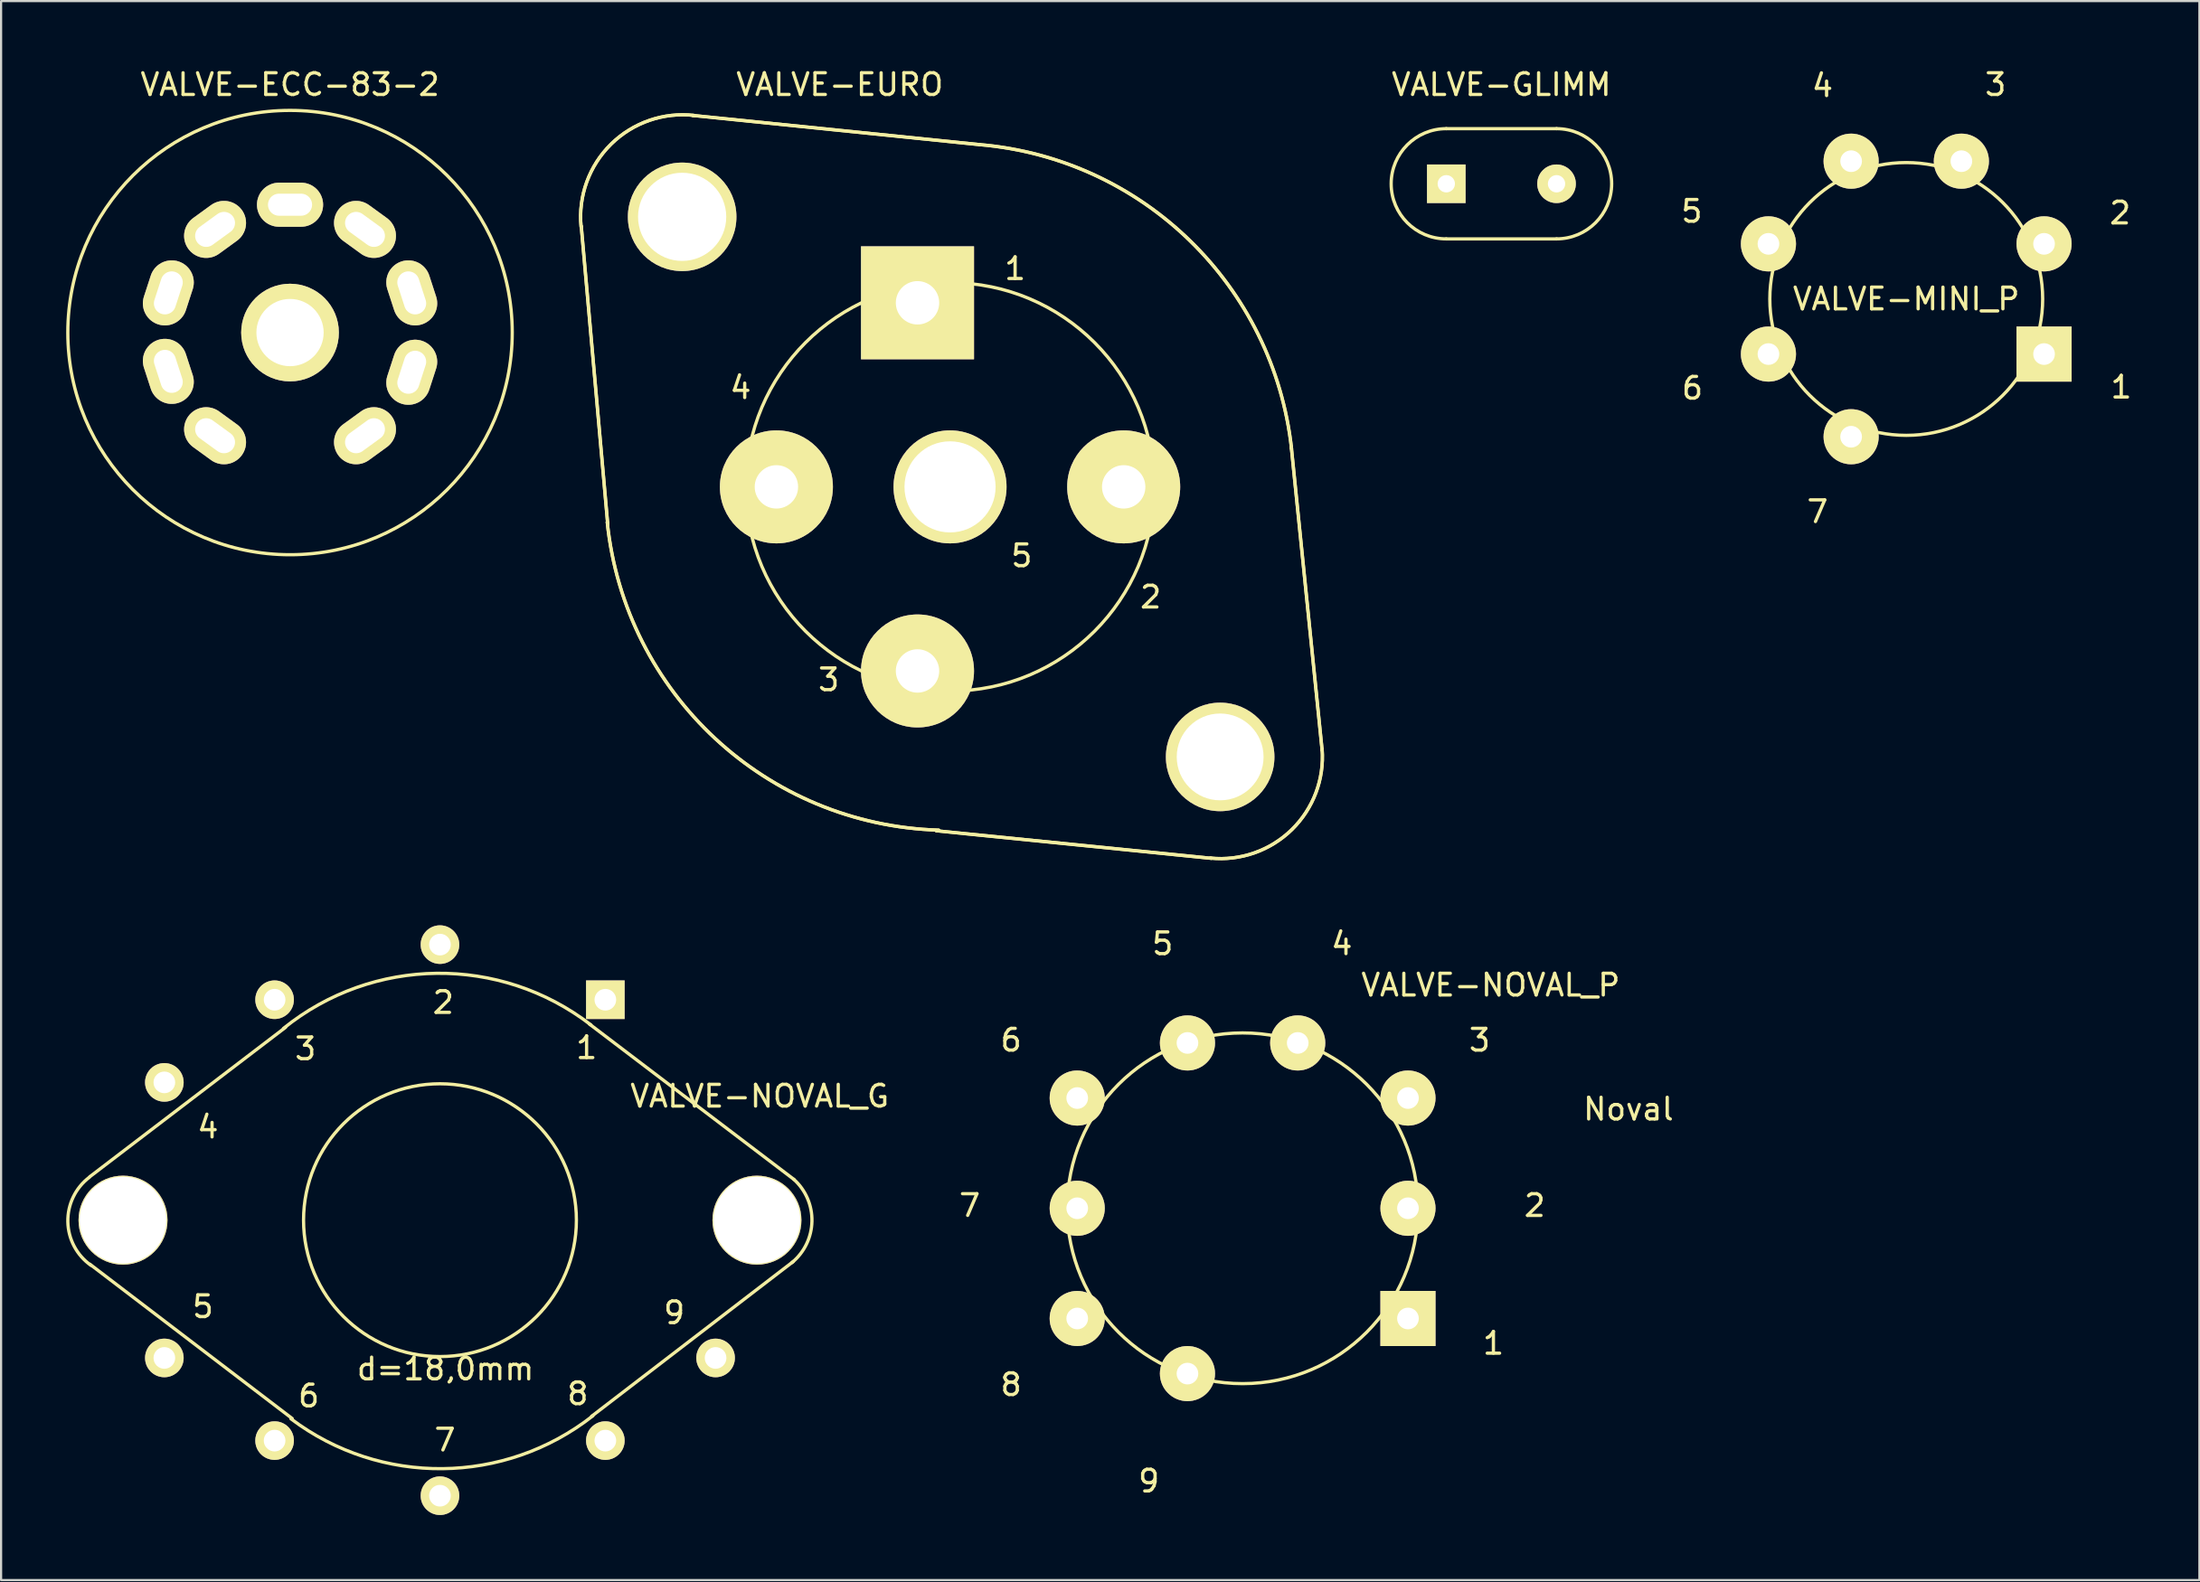
<source format=kicad_pcb>
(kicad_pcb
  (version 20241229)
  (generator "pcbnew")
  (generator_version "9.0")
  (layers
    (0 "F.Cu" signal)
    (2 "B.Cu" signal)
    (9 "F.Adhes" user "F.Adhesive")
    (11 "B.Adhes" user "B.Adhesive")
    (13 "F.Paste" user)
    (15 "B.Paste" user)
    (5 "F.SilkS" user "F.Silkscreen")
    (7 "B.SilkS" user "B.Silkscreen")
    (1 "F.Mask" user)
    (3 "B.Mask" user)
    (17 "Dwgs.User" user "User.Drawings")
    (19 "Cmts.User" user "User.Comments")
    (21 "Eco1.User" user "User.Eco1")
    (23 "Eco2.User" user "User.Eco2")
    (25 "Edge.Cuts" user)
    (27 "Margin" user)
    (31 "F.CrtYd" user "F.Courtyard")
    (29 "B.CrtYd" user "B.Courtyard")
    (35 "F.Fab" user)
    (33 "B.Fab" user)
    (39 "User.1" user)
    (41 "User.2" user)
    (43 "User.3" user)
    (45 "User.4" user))
  (footprint "VALVE-ECC-83-2"
    (layer "F.Cu")
    (at 10.314 12.278)
    (property "Reference" "VALVE-ECC-83-2" (at 0 -11.43 0) (layer "F.SilkS") (effects (font (size 1 1) (thickness 0.15))))
    (attr through_hole)
    (fp_circle (center 0 0) (end 10.16 1.27) (stroke (width 0.15) (type solid)) (fill no) (layer "F.SilkS"))
    (pad "1" thru_hole oval (at 3.454 4.755 306) (size 2.032 3.048) (drill oval 1.016 2.032) (layers "*.Cu" "*.Mask" "F.SilkS"))
    (pad "2" thru_hole circle (at 0 0) (size 4.501 4.501) (drill 3.099) (layers "*.Cu" "*.Mask" "F.SilkS"))
    (pad "2" thru_hole oval (at 5.608 1.829 342) (size 2.032 3.048) (drill oval 1.016 2.032) (layers "*.Cu" "*.Mask" "F.SilkS"))
    (pad "3" thru_hole oval (at 5.608 -1.829 18) (size 2.032 3.048) (drill oval 1.016 2.032) (layers "*.Cu" "*.Mask" "F.SilkS"))
    (pad "4" thru_hole oval (at 3.454 -4.755 54) (size 2.032 3.048) (drill oval 1.016 2.032) (layers "*.Cu" "*.Mask" "F.SilkS"))
    (pad "5" thru_hole oval (at 0 -5.893 90) (size 2.032 3.048) (drill oval 1.016 2.032) (layers "*.Cu" "*.Mask" "F.SilkS"))
    (pad "6" thru_hole oval (at -3.454 -4.755 306) (size 2.032 3.048) (drill oval 1.016 2.032) (layers "*.Cu" "*.Mask" "F.SilkS"))
    (pad "7" thru_hole oval (at -5.608 -1.829 342) (size 2.032 3.048) (drill oval 1.016 2.032) (layers "*.Cu" "*.Mask" "F.SilkS"))
    (pad "8" thru_hole oval (at -5.608 1.788 18) (size 2.032 3.048) (drill oval 1.016 2.032) (layers "*.Cu" "*.Mask" "F.SilkS"))
    (pad "9" thru_hole oval (at -3.454 4.755 54) (size 2.032 3.048) (drill oval 1.016 2.032) (layers "*.Cu" "*.Mask" "F.SilkS")))
  (footprint "VALVE-GLIMM"
    (layer "F.Cu")
    (at 64.862 5.42)
    (property "Reference" "VALVE-GLIMM" (at 1.27 -4.572 0) (layer "F.SilkS") (effects (font (size 1 1) (thickness 0.15))))
    (attr exclude_from_pos_files exclude_from_bom)
    (fp_line (start -1.27 -2.54) (end 3.81 -2.54) (stroke (width 0.15) (type solid)) (layer "F.SilkS"))
    (fp_line (start -1.27 2.54) (end 3.81 2.54) (stroke (width 0.15) (type solid)) (layer "F.SilkS"))
    (fp_arc (start -1.27 2.54) (mid -3.81 0) (end -1.27 -2.54) (stroke (width 0.15) (type solid)) (layer "F.SilkS"))
    (fp_arc (start 3.81 -2.54) (mid 6.35 0) (end 3.81 2.54) (stroke (width 0.15) (type solid)) (layer "F.SilkS"))
    (pad "1" thru_hole rect (at -1.27 0) (size 1.778 1.778) (drill 0.798) (layers "*.Cu" "F.Mask" "F.SilkS" "F.Paste"))
    (pad "2" thru_hole circle (at 3.81 0) (size 1.778 1.778) (drill 0.798) (layers "*.Cu" "F.Mask" "F.SilkS" "F.Paste")))
  (footprint "VALVE-NOVAL_P"
    (layer "F.Cu")
    (at 54.206 52.639)
    (property "Reference" "VALVE-NOVAL_P" (at 11.43 -10.287 0) (layer "F.SilkS") (effects (font (size 1 1) (thickness 0.15))))
    (attr exclude_from_pos_files exclude_from_bom)
    (fp_circle (center 0 0) (end -5.715 5.715) (stroke (width 0.15) (type solid)) (fill no) (layer "F.SilkS"))
    (fp_text user "1" (at 11.557 6.223 0) (layer "F.SilkS") (effects (font (size 1 1) (thickness 0.15))))
    (fp_text user "8" (at -10.668 8.128 0) (layer "F.SilkS") (effects (font (size 1 1) (thickness 0.15))))
    (fp_text user "4" (at 4.572 -12.192 0) (layer "F.SilkS") (effects (font (size 1 1) (thickness 0.15))))
    (fp_text user "3" (at 10.922 -7.747 0) (layer "F.SilkS") (effects (font (size 1 1) (thickness 0.15))))
    (fp_text user "2" (at 13.462 -0.127 0) (layer "F.SilkS") (effects (font (size 1 1) (thickness 0.15))))
    (fp_text user "6" (at -10.668 -7.747 0) (layer "F.SilkS") (effects (font (size 1 1) (thickness 0.15))))
    (fp_text user "9" (at -4.318 12.573 0) (layer "F.SilkS") (effects (font (size 1 1) (thickness 0.15))))
    (fp_text user "5" (at -3.683 -12.192 0) (layer "F.SilkS") (effects (font (size 1 1) (thickness 0.15))))
    (fp_text user "Noval" (at 17.78 -4.572 0) (layer "F.SilkS") (effects (font (size 1 1) (thickness 0.15))))
    (fp_text user "7" (at -12.573 -0.127 0) (layer "F.SilkS") (effects (font (size 1 1) (thickness 0.15))))
    (pad "1" thru_hole rect (at 7.62 5.08) (size 2.54 2.54) (drill 0.998) (layers "*.Cu" "F.Mask" "F.SilkS" "F.Paste"))
    (pad "2" thru_hole circle (at 7.62 0) (size 2.54 2.54) (drill 0.998) (layers "*.Cu" "F.Mask" "F.SilkS" "F.Paste"))
    (pad "3" thru_hole circle (at 7.62 -5.08) (size 2.54 2.54) (drill 0.998) (layers "*.Cu" "F.Mask" "F.SilkS" "F.Paste"))
    (pad "4" thru_hole circle (at 2.54 -7.62) (size 2.54 2.54) (drill 0.998) (layers "*.Cu" "F.Mask" "F.SilkS" "F.Paste"))
    (pad "5" thru_hole circle (at -2.54 -7.62) (size 2.54 2.54) (drill 0.998) (layers "*.Cu" "F.Mask" "F.SilkS" "F.Paste"))
    (pad "6" thru_hole circle (at -7.62 -5.08) (size 2.54 2.54) (drill 0.998) (layers "*.Cu" "F.Mask" "F.SilkS" "F.Paste"))
    (pad "7" thru_hole circle (at -7.62 0) (size 2.54 2.54) (drill 0.998) (layers "*.Cu" "F.Mask" "F.SilkS" "F.Paste"))
    (pad "8" thru_hole circle (at -7.62 5.08) (size 2.54 2.54) (drill 0.998) (layers "*.Cu" "F.Mask" "F.SilkS" "F.Paste"))
    (pad "9" thru_hole circle (at -2.54 7.62) (size 2.54 2.54) (drill 0.998) (layers "*.Cu" "F.Mask" "F.SilkS" "F.Paste")))
  (footprint "VALVE-NOVAL_G"
    (layer "F.Cu")
    (at 17.223 53.187)
    (property "Reference" "VALVE-NOVAL_G" (at 14.732 -5.715 0) (layer "F.SilkS") (effects (font (size 1 1) (thickness 0.15))))
    (attr exclude_from_pos_files exclude_from_bom)
    (fp_line (start -16.129 -2.007) (end -7.112 -8.89) (stroke (width 0.15) (type solid)) (layer "F.SilkS"))
    (fp_line (start -16.129 2.032) (end -6.807 9.144) (stroke (width 0.15) (type solid)) (layer "F.SilkS"))
    (fp_line (start 16.281 1.905) (end 6.985 9.042) (stroke (width 0.15) (type solid)) (layer "F.SilkS"))
    (fp_line (start 16.307 -1.88) (end 6.883 -9.042) (stroke (width 0.15) (type solid)) (layer "F.SilkS"))
    (fp_arc (start -16.08074 2.0828) (mid -17.147179 0.072342) (end -16.156452 -1.976486) (stroke (width 0.15) (type solid)) (layer "F.SilkS"))
    (fp_arc (start -7.21106 -8.83666) (mid -0.156275 -11.37739) (end 6.954845 -8.998887) (stroke (width 0.15) (type solid)) (layer "F.SilkS"))
    (fp_arc (start 7.04596 9.017) (mid 0.111758 11.453686) (end -6.868871 9.153377) (stroke (width 0.15) (type solid)) (layer "F.SilkS"))
    (fp_arc (start 16.3068 -1.8796) (mid 17.13994 0.055661) (end 16.222657 1.952487) (stroke (width 0.15) (type solid)) (layer "F.SilkS"))
    (fp_circle (center 0 0) (end -4.445 4.445) (stroke (width 0.15) (type solid)) (fill no) (layer "F.SilkS"))
    (fp_text user "3" (at -6.198 -7.899 0) (layer "F.SilkS") (effects (font (size 1 1) (thickness 0.15))))
    (fp_text user "7" (at 0.229 10.135 0) (layer "F.SilkS") (effects (font (size 1 1) (thickness 0.15))))
    (fp_text user "8" (at 6.35 8.001 0) (layer "F.SilkS") (effects (font (size 1 1) (thickness 0.15))))
    (fp_text user "4" (at -10.693 -4.293 0) (layer "F.SilkS") (effects (font (size 1 1) (thickness 0.15))))
    (fp_text user "2" (at 0.152 -10.033 0) (layer "F.SilkS") (effects (font (size 1 1) (thickness 0.15))))
    (fp_text user "6" (at -6.045 8.103 0) (layer "F.SilkS") (effects (font (size 1 1) (thickness 0.15))))
    (fp_text user "5" (at -10.922 3.988 0) (layer "F.SilkS") (effects (font (size 1 1) (thickness 0.15))))
    (fp_text user "1" (at 6.756 -7.95 0) (layer "F.SilkS") (effects (font (size 1 1) (thickness 0.15))))
    (fp_text user "9" (at 10.795 4.267 0) (layer "F.SilkS") (effects (font (size 1 1) (thickness 0.15))))
    (fp_text user "d=18,0mm" (at 0.254 6.858 0) (layer "F.SilkS") (effects (font (size 1 1) (thickness 0.15))))
    (pad "" thru_hole circle (at 14.605 0) (size 4.1 4.1) (drill 4) (layers "*.Cu" "F.Mask" "F.SilkS" "F.Paste"))
    (pad "1" thru_hole rect (at 7.62 -10.16) (size 1.778 1.778) (drill 0.998) (layers "*.Cu" "F.Mask" "F.SilkS" "F.Paste"))
    (pad "2" thru_hole circle (at -14.605 0) (size 4.1 4.1) (drill 4) (layers "*.Cu" "F.Mask" "F.SilkS" "F.Paste"))
    (pad "2" thru_hole circle (at 0 -12.7) (size 1.778 1.778) (drill 0.998) (layers "*.Cu" "F.Mask" "F.SilkS" "F.Paste"))
    (pad "3" thru_hole circle (at -7.62 -10.16) (size 1.778 1.778) (drill 0.998) (layers "*.Cu" "F.Mask" "F.SilkS" "F.Paste"))
    (pad "4" thru_hole circle (at -12.7 -6.35) (size 1.778 1.778) (drill 0.998) (layers "*.Cu" "F.Mask" "F.SilkS" "F.Paste"))
    (pad "5" thru_hole circle (at -12.7 6.35) (size 1.778 1.778) (drill 0.998) (layers "*.Cu" "F.Mask" "F.SilkS" "F.Paste"))
    (pad "6" thru_hole circle (at -7.62 10.16) (size 1.778 1.778) (drill 0.998) (layers "*.Cu" "F.Mask" "F.SilkS" "F.Paste"))
    (pad "7" thru_hole circle (at 0 12.7) (size 1.778 1.778) (drill 0.998) (layers "*.Cu" "F.Mask" "F.SilkS" "F.Paste"))
    (pad "8" thru_hole circle (at 7.62 10.16) (size 1.778 1.778) (drill 0.998) (layers "*.Cu" "F.Mask" "F.SilkS" "F.Paste"))
    (pad "9" thru_hole circle (at 12.7 6.35) (size 1.778 1.778) (drill 0.998) (layers "*.Cu" "F.Mask" "F.SilkS" "F.Paste")))
  (footprint "VALVE-EURO"
    (layer "F.Cu")
    (at 40.726 19.39)
    (property "Reference" "VALVE-EURO" (at -5.08 -18.542 0) (layer "F.SilkS") (effects (font (size 1 1) (thickness 0.15))))
    (attr exclude_from_pos_files exclude_from_bom)
    (fp_line (start -15.773 1.727) (end -16.993 -12.014) (stroke (width 0.15) (type solid)) (layer "F.SilkS"))
    (fp_line (start -15.773 1.727) (end -16.993 -12.014) (stroke (width 0.15) (type solid)) (layer "F.SilkS"))
    (fp_line (start -11.862 -17.12) (end 1.372 -15.773) (stroke (width 0.15) (type solid)) (layer "F.SilkS"))
    (fp_line (start -11.862 -17.12) (end 1.372 -15.773) (stroke (width 0.15) (type solid)) (layer "F.SilkS"))
    (fp_line (start 12.04 17.12) (end -0.635 15.85) (stroke (width 0.15) (type solid)) (layer "F.SilkS"))
    (fp_line (start 12.04 17.12) (end -0.635 15.85) (stroke (width 0.15) (type solid)) (layer "F.SilkS"))
    (fp_line (start 17.145 12.141) (end 15.723 -1.854) (stroke (width 0.15) (type solid)) (layer "F.SilkS"))
    (fp_line (start 17.145 12.141) (end 15.723 -1.854) (stroke (width 0.15) (type solid)) (layer "F.SilkS"))
    (fp_arc (start -17.00022 -11.98626) (mid -15.619349 -15.797549) (end -11.787255 -17.119588) (stroke (width 0.15) (type solid)) (layer "F.SilkS"))
    (fp_arc (start -17.00022 -11.98626) (mid -15.619349 -15.797549) (end -11.787255 -17.119588) (stroke (width 0.15) (type solid)) (layer "F.SilkS"))
    (fp_arc (start -0.5207 15.82166) (mid -10.825921 11.594935) (end -15.795623 1.626743) (stroke (width 0.15) (type solid)) (layer "F.SilkS"))
    (fp_arc (start -0.5207 15.82166) (mid -10.825921 11.594935) (end -15.795623 1.626743) (stroke (width 0.15) (type solid)) (layer "F.SilkS"))
    (fp_arc (start 1.3716 -15.7734) (mid 11.06139 -11.339934) (end 15.73496 -1.763641) (stroke (width 0.15) (type solid)) (layer "F.SilkS"))
    (fp_arc (start 1.3716 -15.7734) (mid 11.06139 -11.339934) (end 15.73496 -1.763641) (stroke (width 0.15) (type solid)) (layer "F.SilkS"))
    (fp_arc (start 17.145 12.0904) (mid 15.742083 15.803323) (end 11.993757 17.108708) (stroke (width 0.15) (type solid)) (layer "F.SilkS"))
    (fp_arc (start 17.145 12.0904) (mid 15.742083 15.803323) (end 11.993757 17.108708) (stroke (width 0.15) (type solid)) (layer "F.SilkS"))
    (fp_circle (center 0 0) (end -6.655 6.655) (stroke (width 0.15) (type solid)) (fill no) (layer "F.SilkS"))
    (fp_text user "2" (at 9.246 5.08 0) (layer "F.SilkS") (effects (font (size 1 1) (thickness 0.15))))
    (fp_text user "3" (at -5.588 8.89 0) (layer "F.SilkS") (effects (font (size 1 1) (thickness 0.15))))
    (fp_text user "5" (at 3.302 3.175 0) (layer "F.SilkS") (effects (font (size 1 1) (thickness 0.15))))
    (fp_text user "4" (at -9.652 -4.572 0) (layer "F.SilkS") (effects (font (size 1 1) (thickness 0.15))))
    (fp_text user "1" (at 2.997 -10.058 0) (layer "F.SilkS") (effects (font (size 1 1) (thickness 0.15))))
    (pad "" thru_hole circle (at -12.344 -12.446) (size 5.001 5.001) (drill 4.064) (layers "*.Cu" "F.Mask" "F.SilkS" "F.Paste"))
    (pad "" thru_hole circle (at 12.446 12.446) (size 5.001 5.001) (drill 4) (layers "*.Cu" "F.Mask" "F.SilkS" "F.Paste"))
    (pad "1" thru_hole rect (at -1.499 -8.484) (size 5.207 5.207) (drill 1.999) (layers "*.Cu" "F.Mask" "F.SilkS" "F.Paste"))
    (pad "2" thru_hole circle (at 8.001 0) (size 5.207 5.207) (drill 1.999) (layers "*.Cu" "F.Mask" "F.SilkS" "F.Paste"))
    (pad "3" thru_hole circle (at -1.499 8.484) (size 5.207 5.207) (drill 1.999) (layers "*.Cu" "F.Mask" "F.SilkS" "F.Paste"))
    (pad "4" thru_hole circle (at -8.001 0) (size 5.207 5.207) (drill 1.999) (layers "*.Cu" "F.Mask" "F.SilkS" "F.Paste"))
    (pad "5" thru_hole circle (at 0 0) (size 5.207 5.207) (drill 4.199) (layers "*.Cu" "F.Mask" "F.SilkS" "F.Paste")))
  (footprint "VALVE-MINI_P"
    (layer "F.Cu")
    (at 84.786 10.729)
    (property "Reference" "VALVE-MINI_P" (at 0 0 0) (layer "F.SilkS") (effects (font (size 1 1) (thickness 0.15))))
    (attr exclude_from_pos_files exclude_from_bom)
    (fp_circle (center 0 0) (end -4.445 4.445) (stroke (width 0.15) (type solid)) (fill no) (layer "F.SilkS"))
    (fp_text user "4" (at -3.861 -9.83 0) (layer "F.SilkS") (effects (font (size 1 1) (thickness 0.15))))
    (fp_text user "5" (at -9.881 -4.039 0) (layer "F.SilkS") (effects (font (size 1 1) (thickness 0.15))))
    (fp_text user "1" (at 9.906 4.064 0) (layer "F.SilkS") (effects (font (size 1 1) (thickness 0.15))))
    (fp_text user "3" (at 4.115 -9.881 0) (layer "F.SilkS") (effects (font (size 1 1) (thickness 0.15))))
    (fp_text user "6" (at -9.855 4.115 0) (layer "F.SilkS") (effects (font (size 1 1) (thickness 0.15))))
    (fp_text user "2" (at 9.855 -3.962 0) (layer "F.SilkS") (effects (font (size 1 1) (thickness 0.15))))
    (fp_text user "7" (at -4.089 9.804 0) (layer "F.SilkS") (effects (font (size 1 1) (thickness 0.15))))
    (pad "1" thru_hole rect (at 6.35 2.54) (size 2.54 2.54) (drill 0.998) (layers "*.Cu" "F.Mask" "F.SilkS" "F.Paste"))
    (pad "2" thru_hole circle (at 6.35 -2.54) (size 2.54 2.54) (drill 0.998) (layers "*.Cu" "F.Mask" "F.SilkS" "F.Paste"))
    (pad "3" thru_hole circle (at 2.54 -6.35) (size 2.54 2.54) (drill 0.998) (layers "*.Cu" "F.Mask" "F.SilkS" "F.Paste"))
    (pad "4" thru_hole circle (at -2.54 -6.35) (size 2.54 2.54) (drill 0.998) (layers "*.Cu" "F.Mask" "F.SilkS" "F.Paste"))
    (pad "5" thru_hole circle (at -6.35 -2.54) (size 2.54 2.54) (drill 0.998) (layers "*.Cu" "F.Mask" "F.SilkS" "F.Paste"))
    (pad "6" thru_hole circle (at -6.35 2.54) (size 2.54 2.54) (drill 0.998) (layers "*.Cu" "F.Mask" "F.SilkS" "F.Paste"))
    (pad "7" thru_hole circle (at -2.54 6.35) (size 2.54 2.54) (drill 0.998) (layers "*.Cu" "F.Mask" "F.SilkS" "F.Paste")))
  (gr_rect
    (start -3 -3)
    (end 98.294 69.776)
    (stroke (width 0.1) (type default))
    (fill no)
    (layer "Edge.Cuts")))
</source>
